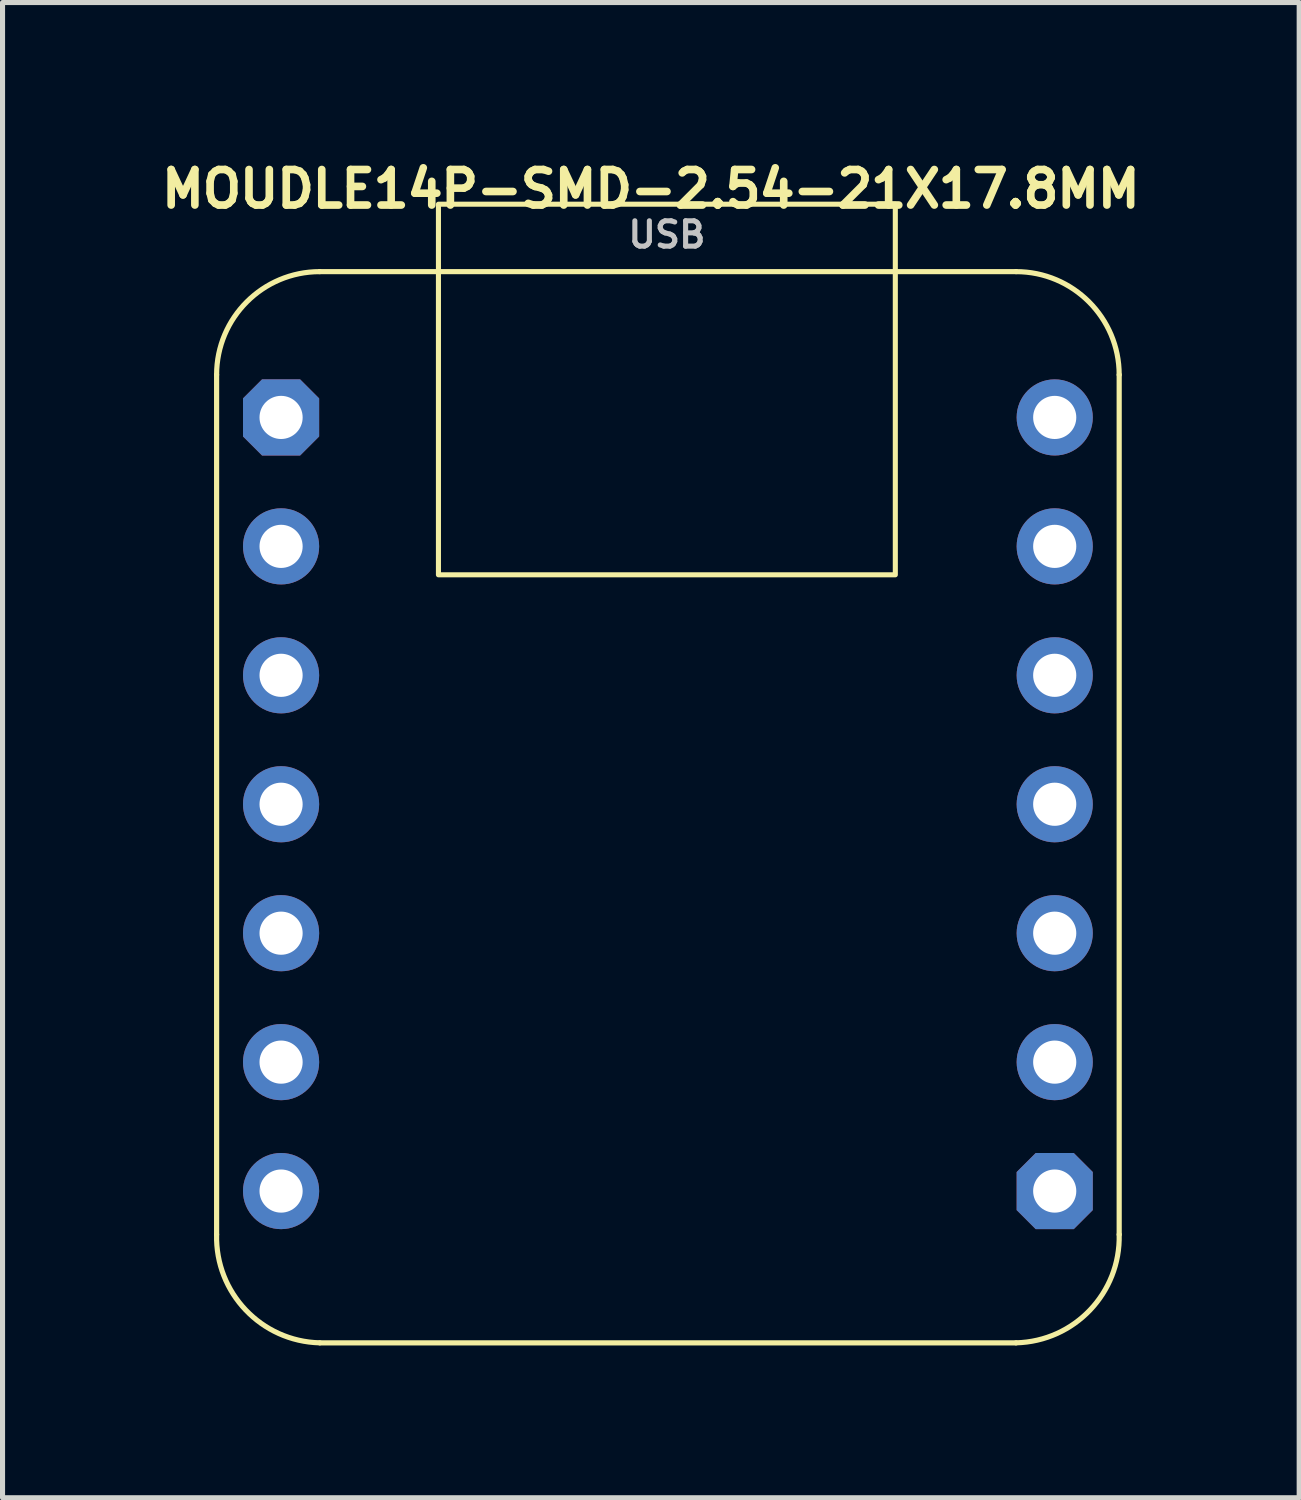
<source format=kicad_pcb>
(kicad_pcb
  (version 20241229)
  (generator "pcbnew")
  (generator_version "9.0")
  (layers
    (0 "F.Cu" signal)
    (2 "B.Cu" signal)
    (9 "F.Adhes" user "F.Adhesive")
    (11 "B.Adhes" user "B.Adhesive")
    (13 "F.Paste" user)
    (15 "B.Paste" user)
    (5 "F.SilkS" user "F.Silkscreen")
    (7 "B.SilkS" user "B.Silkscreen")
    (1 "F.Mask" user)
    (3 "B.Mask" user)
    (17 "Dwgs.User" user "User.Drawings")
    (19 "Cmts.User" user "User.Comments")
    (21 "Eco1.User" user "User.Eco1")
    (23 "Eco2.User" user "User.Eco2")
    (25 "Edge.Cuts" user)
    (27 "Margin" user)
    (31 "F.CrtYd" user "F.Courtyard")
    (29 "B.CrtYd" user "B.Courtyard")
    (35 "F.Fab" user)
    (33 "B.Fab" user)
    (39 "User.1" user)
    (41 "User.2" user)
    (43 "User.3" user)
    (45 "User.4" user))
  (footprint "MOUDLE14P-SMD-2.54-21X17.8MM"
    (layer "F.Cu")
    (at 0.437 22.453)
    (property "Reference" "MOUDLE14P-SMD-2.54-21X17.8MM" (at 9.335 -21.78 0) (layer "F.SilkS") (effects (font (size 0.7 0.7) (thickness 0.15))))
    (attr through_hole)
    (fp_line (start 0.78 -18.12) (end 0.78 -1.184) (stroke (width 0.102) (type solid)) (layer "F.SilkS"))
    (fp_line (start 2.812 0.95) (end 16.528 0.95) (stroke (width 0.102) (type solid)) (layer "F.SilkS"))
    (fp_line (start 16.528 -20.152) (end 2.812 -20.152) (stroke (width 0.102) (type solid)) (layer "F.SilkS"))
    (fp_line (start 18.56 -1.184) (end 18.56 -18.12) (stroke (width 0.102) (type solid)) (layer "F.SilkS"))
    (fp_rect (start 5.15 -21.48) (end 14.15 -14.18) (stroke (width 0.1) (type solid)) (fill no) (layer "F.SilkS"))
    (fp_arc (start 0.78 -18.12) (mid 1.375159 -19.556841) (end 2.812 -20.152) (stroke (width 0.1016) (type solid)) (layer "F.SilkS"))
    (fp_arc (start 2.812 0.9496) (mid 1.354117 0.303641) (end 0.78 -1.184) (stroke (width 0.1016) (type solid)) (layer "F.SilkS"))
    (fp_arc (start 16.528 -20.152) (mid 17.964841 -19.556841) (end 18.56 -18.12) (stroke (width 0.1016) (type solid)) (layer "F.SilkS"))
    (fp_arc (start 18.56 -1.184) (mid 17.985883 0.303642) (end 16.528 0.9496) (stroke (width 0.1016) (type solid)) (layer "F.SilkS"))
    (fp_text user "USB" (at 9.65 -20.88 0) (unlocked yes) (layer "Dwgs.User") (effects (font (size 0.5 0.5) (thickness 0.1))))
    (pad "1" thru_hole roundrect (at 2.05 -17.28) (size 1.5 1.5) (drill 0.85) (layers "*.Cu" "*.Mask") (roundrect_rratio 0.25) (chamfer_ratio 0.25) (chamfer top_left top_right bottom_left bottom_right))
    (pad "2" thru_hole circle (at 2.05 -14.74) (size 1.5 1.5) (drill 0.85) (layers "*.Cu" "*.Mask"))
    (pad "3" thru_hole circle (at 2.05 -12.2) (size 1.5 1.5) (drill 0.85) (layers "*.Cu" "*.Mask"))
    (pad "4" thru_hole circle (at 2.05 -9.66) (size 1.5 1.5) (drill 0.85) (layers "*.Cu" "*.Mask"))
    (pad "5" thru_hole circle (at 2.05 -7.12) (size 1.5 1.5) (drill 0.85) (layers "*.Cu" "*.Mask"))
    (pad "6" thru_hole circle (at 2.05 -4.58) (size 1.5 1.5) (drill 0.85) (layers "*.Cu" "*.Mask"))
    (pad "7" thru_hole circle (at 2.05 -2.04) (size 1.5 1.5) (drill 0.85) (layers "*.Cu" "*.Mask"))
    (pad "8" thru_hole roundrect (at 17.29 -2.04 180) (size 1.5 1.5) (drill 0.85) (layers "*.Cu" "*.Mask") (roundrect_rratio 0.25) (chamfer_ratio 0.25) (chamfer top_left top_right bottom_left bottom_right))
    (pad "9" thru_hole circle (at 17.29 -4.58 180) (size 1.5 1.5) (drill 0.85) (layers "*.Cu" "*.Mask"))
    (pad "10" thru_hole circle (at 17.29 -7.12 180) (size 1.5 1.5) (drill 0.85) (layers "*.Cu" "*.Mask"))
    (pad "11" thru_hole circle (at 17.29 -9.66 180) (size 1.5 1.5) (drill 0.85) (layers "*.Cu" "*.Mask"))
    (pad "12" thru_hole circle (at 17.29 -12.2 180) (size 1.5 1.5) (drill 0.85) (layers "*.Cu" "*.Mask"))
    (pad "13" thru_hole circle (at 17.29 -14.74 180) (size 1.5 1.5) (drill 0.85) (layers "*.Cu" "*.Mask"))
    (pad "14" thru_hole circle (at 17.29 -17.28 180) (size 1.5 1.5) (drill 0.85) (layers "*.Cu" "*.Mask")))
  (gr_rect
    (start -3 -3)
    (end 22.543 26.454)
    (stroke (width 0.1) (type default))
    (fill no)
    (layer "Edge.Cuts")))
</source>
